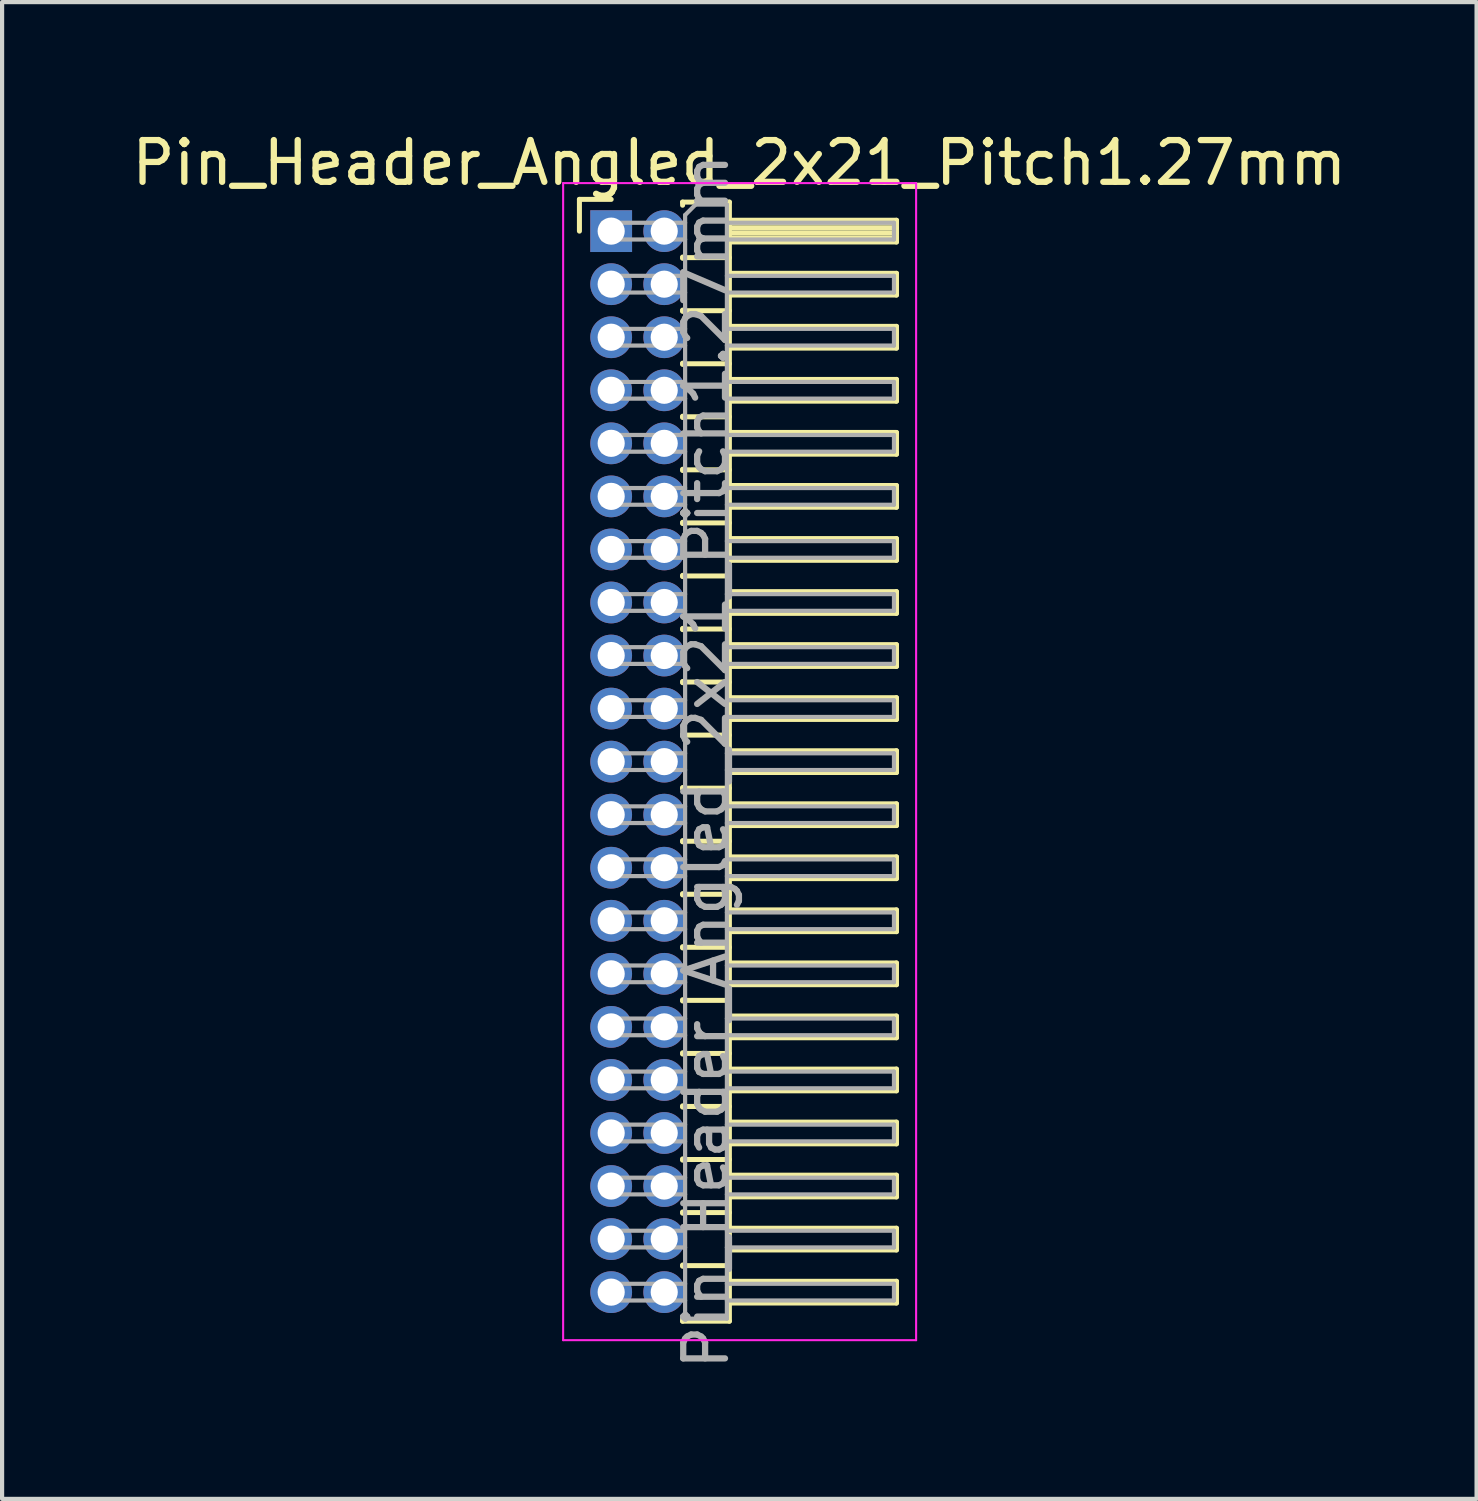
<source format=kicad_pcb>
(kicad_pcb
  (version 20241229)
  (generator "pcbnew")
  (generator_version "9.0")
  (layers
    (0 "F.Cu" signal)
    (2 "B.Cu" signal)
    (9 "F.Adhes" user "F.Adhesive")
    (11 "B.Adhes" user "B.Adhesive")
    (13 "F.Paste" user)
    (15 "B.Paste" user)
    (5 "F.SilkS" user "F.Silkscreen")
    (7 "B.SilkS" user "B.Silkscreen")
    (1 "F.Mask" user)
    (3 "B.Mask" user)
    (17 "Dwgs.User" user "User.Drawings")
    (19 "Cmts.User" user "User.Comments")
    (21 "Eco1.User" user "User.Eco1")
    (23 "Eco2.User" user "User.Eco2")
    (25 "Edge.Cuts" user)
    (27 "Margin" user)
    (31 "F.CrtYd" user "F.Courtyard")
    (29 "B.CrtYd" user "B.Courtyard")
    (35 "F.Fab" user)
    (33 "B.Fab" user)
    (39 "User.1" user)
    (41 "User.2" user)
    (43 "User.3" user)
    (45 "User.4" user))
  (footprint "Pin_Header_Angled_2x21_Pitch1.27mm"
    (layer "F.Cu")
    (at 11.581 2.483)
    (property "Reference" "Pin_Header_Angled_2x21_Pitch1.27mm" (at 3.067 -1.635 0) (layer "F.SilkS") (effects (font (size 1 1) (thickness 0.15))))
    (attr through_hole)
    (fp_line (start -0.76 -0.76) (end 0 -0.76) (stroke (width 0.12) (type solid)) (layer "F.SilkS"))
    (fp_line (start -0.76 0) (end -0.76 -0.76) (stroke (width 0.12) (type solid)) (layer "F.SilkS"))
    (fp_line (start 1.71 -0.695) (end 2.83 -0.695) (stroke (width 0.12) (type solid)) (layer "F.SilkS"))
    (fp_line (start 1.71 -0.62) (end 1.71 -0.695) (stroke (width 0.12) (type solid)) (layer "F.SilkS"))
    (fp_line (start 1.71 0.62) (end 1.71 0.65) (stroke (width 0.12) (type solid)) (layer "F.SilkS"))
    (fp_line (start 1.71 0.635) (end 2.83 0.635) (stroke (width 0.12) (type solid)) (layer "F.SilkS"))
    (fp_line (start 1.71 1.89) (end 1.71 1.92) (stroke (width 0.12) (type solid)) (layer "F.SilkS"))
    (fp_line (start 1.71 1.905) (end 2.83 1.905) (stroke (width 0.12) (type solid)) (layer "F.SilkS"))
    (fp_line (start 1.71 3.16) (end 1.71 3.19) (stroke (width 0.12) (type solid)) (layer "F.SilkS"))
    (fp_line (start 1.71 3.175) (end 2.83 3.175) (stroke (width 0.12) (type solid)) (layer "F.SilkS"))
    (fp_line (start 1.71 4.43) (end 1.71 4.46) (stroke (width 0.12) (type solid)) (layer "F.SilkS"))
    (fp_line (start 1.71 4.445) (end 2.83 4.445) (stroke (width 0.12) (type solid)) (layer "F.SilkS"))
    (fp_line (start 1.71 5.7) (end 1.71 5.73) (stroke (width 0.12) (type solid)) (layer "F.SilkS"))
    (fp_line (start 1.71 5.715) (end 2.83 5.715) (stroke (width 0.12) (type solid)) (layer "F.SilkS"))
    (fp_line (start 1.71 6.97) (end 1.71 7) (stroke (width 0.12) (type solid)) (layer "F.SilkS"))
    (fp_line (start 1.71 6.985) (end 2.83 6.985) (stroke (width 0.12) (type solid)) (layer "F.SilkS"))
    (fp_line (start 1.71 8.24) (end 1.71 8.27) (stroke (width 0.12) (type solid)) (layer "F.SilkS"))
    (fp_line (start 1.71 8.255) (end 2.83 8.255) (stroke (width 0.12) (type solid)) (layer "F.SilkS"))
    (fp_line (start 1.71 9.51) (end 1.71 9.54) (stroke (width 0.12) (type solid)) (layer "F.SilkS"))
    (fp_line (start 1.71 9.525) (end 2.83 9.525) (stroke (width 0.12) (type solid)) (layer "F.SilkS"))
    (fp_line (start 1.71 10.78) (end 1.71 10.81) (stroke (width 0.12) (type solid)) (layer "F.SilkS"))
    (fp_line (start 1.71 10.795) (end 2.83 10.795) (stroke (width 0.12) (type solid)) (layer "F.SilkS"))
    (fp_line (start 1.71 12.05) (end 1.71 12.08) (stroke (width 0.12) (type solid)) (layer "F.SilkS"))
    (fp_line (start 1.71 12.065) (end 2.83 12.065) (stroke (width 0.12) (type solid)) (layer "F.SilkS"))
    (fp_line (start 1.71 13.32) (end 1.71 13.35) (stroke (width 0.12) (type solid)) (layer "F.SilkS"))
    (fp_line (start 1.71 13.335) (end 2.83 13.335) (stroke (width 0.12) (type solid)) (layer "F.SilkS"))
    (fp_line (start 1.71 14.59) (end 1.71 14.62) (stroke (width 0.12) (type solid)) (layer "F.SilkS"))
    (fp_line (start 1.71 14.605) (end 2.83 14.605) (stroke (width 0.12) (type solid)) (layer "F.SilkS"))
    (fp_line (start 1.71 15.86) (end 1.71 15.89) (stroke (width 0.12) (type solid)) (layer "F.SilkS"))
    (fp_line (start 1.71 15.875) (end 2.83 15.875) (stroke (width 0.12) (type solid)) (layer "F.SilkS"))
    (fp_line (start 1.71 17.13) (end 1.71 17.16) (stroke (width 0.12) (type solid)) (layer "F.SilkS"))
    (fp_line (start 1.71 17.145) (end 2.83 17.145) (stroke (width 0.12) (type solid)) (layer "F.SilkS"))
    (fp_line (start 1.71 18.4) (end 1.71 18.43) (stroke (width 0.12) (type solid)) (layer "F.SilkS"))
    (fp_line (start 1.71 18.415) (end 2.83 18.415) (stroke (width 0.12) (type solid)) (layer "F.SilkS"))
    (fp_line (start 1.71 19.67) (end 1.71 19.7) (stroke (width 0.12) (type solid)) (layer "F.SilkS"))
    (fp_line (start 1.71 19.685) (end 2.83 19.685) (stroke (width 0.12) (type solid)) (layer "F.SilkS"))
    (fp_line (start 1.71 20.94) (end 1.71 20.97) (stroke (width 0.12) (type solid)) (layer "F.SilkS"))
    (fp_line (start 1.71 20.955) (end 2.83 20.955) (stroke (width 0.12) (type solid)) (layer "F.SilkS"))
    (fp_line (start 1.71 22.21) (end 1.71 22.24) (stroke (width 0.12) (type solid)) (layer "F.SilkS"))
    (fp_line (start 1.71 22.225) (end 2.83 22.225) (stroke (width 0.12) (type solid)) (layer "F.SilkS"))
    (fp_line (start 1.71 23.48) (end 1.71 23.51) (stroke (width 0.12) (type solid)) (layer "F.SilkS"))
    (fp_line (start 1.71 23.495) (end 2.83 23.495) (stroke (width 0.12) (type solid)) (layer "F.SilkS"))
    (fp_line (start 1.71 24.75) (end 1.71 24.78) (stroke (width 0.12) (type solid)) (layer "F.SilkS"))
    (fp_line (start 1.71 24.765) (end 2.83 24.765) (stroke (width 0.12) (type solid)) (layer "F.SilkS"))
    (fp_line (start 1.71 26.095) (end 1.71 26.02) (stroke (width 0.12) (type solid)) (layer "F.SilkS"))
    (fp_line (start 2.83 -0.695) (end 2.83 26.095) (stroke (width 0.12) (type solid)) (layer "F.SilkS"))
    (fp_line (start 2.83 -0.26) (end 6.83 -0.26) (stroke (width 0.12) (type solid)) (layer "F.SilkS"))
    (fp_line (start 2.83 -0.2) (end 6.83 -0.2) (stroke (width 0.12) (type solid)) (layer "F.SilkS"))
    (fp_line (start 2.83 -0.08) (end 6.83 -0.08) (stroke (width 0.12) (type solid)) (layer "F.SilkS"))
    (fp_line (start 2.83 0.04) (end 6.83 0.04) (stroke (width 0.12) (type solid)) (layer "F.SilkS"))
    (fp_line (start 2.83 0.16) (end 6.83 0.16) (stroke (width 0.12) (type solid)) (layer "F.SilkS"))
    (fp_line (start 2.83 1.01) (end 6.83 1.01) (stroke (width 0.12) (type solid)) (layer "F.SilkS"))
    (fp_line (start 2.83 2.28) (end 6.83 2.28) (stroke (width 0.12) (type solid)) (layer "F.SilkS"))
    (fp_line (start 2.83 3.55) (end 6.83 3.55) (stroke (width 0.12) (type solid)) (layer "F.SilkS"))
    (fp_line (start 2.83 4.82) (end 6.83 4.82) (stroke (width 0.12) (type solid)) (layer "F.SilkS"))
    (fp_line (start 2.83 6.09) (end 6.83 6.09) (stroke (width 0.12) (type solid)) (layer "F.SilkS"))
    (fp_line (start 2.83 7.36) (end 6.83 7.36) (stroke (width 0.12) (type solid)) (layer "F.SilkS"))
    (fp_line (start 2.83 8.63) (end 6.83 8.63) (stroke (width 0.12) (type solid)) (layer "F.SilkS"))
    (fp_line (start 2.83 9.9) (end 6.83 9.9) (stroke (width 0.12) (type solid)) (layer "F.SilkS"))
    (fp_line (start 2.83 11.17) (end 6.83 11.17) (stroke (width 0.12) (type solid)) (layer "F.SilkS"))
    (fp_line (start 2.83 12.44) (end 6.83 12.44) (stroke (width 0.12) (type solid)) (layer "F.SilkS"))
    (fp_line (start 2.83 13.71) (end 6.83 13.71) (stroke (width 0.12) (type solid)) (layer "F.SilkS"))
    (fp_line (start 2.83 14.98) (end 6.83 14.98) (stroke (width 0.12) (type solid)) (layer "F.SilkS"))
    (fp_line (start 2.83 16.25) (end 6.83 16.25) (stroke (width 0.12) (type solid)) (layer "F.SilkS"))
    (fp_line (start 2.83 17.52) (end 6.83 17.52) (stroke (width 0.12) (type solid)) (layer "F.SilkS"))
    (fp_line (start 2.83 18.79) (end 6.83 18.79) (stroke (width 0.12) (type solid)) (layer "F.SilkS"))
    (fp_line (start 2.83 20.06) (end 6.83 20.06) (stroke (width 0.12) (type solid)) (layer "F.SilkS"))
    (fp_line (start 2.83 21.33) (end 6.83 21.33) (stroke (width 0.12) (type solid)) (layer "F.SilkS"))
    (fp_line (start 2.83 22.6) (end 6.83 22.6) (stroke (width 0.12) (type solid)) (layer "F.SilkS"))
    (fp_line (start 2.83 23.87) (end 6.83 23.87) (stroke (width 0.12) (type solid)) (layer "F.SilkS"))
    (fp_line (start 2.83 25.14) (end 6.83 25.14) (stroke (width 0.12) (type solid)) (layer "F.SilkS"))
    (fp_line (start 2.83 26.095) (end 1.71 26.095) (stroke (width 0.12) (type solid)) (layer "F.SilkS"))
    (fp_line (start 6.83 -0.26) (end 6.83 0.26) (stroke (width 0.12) (type solid)) (layer "F.SilkS"))
    (fp_line (start 6.83 0.26) (end 2.83 0.26) (stroke (width 0.12) (type solid)) (layer "F.SilkS"))
    (fp_line (start 6.83 1.01) (end 6.83 1.53) (stroke (width 0.12) (type solid)) (layer "F.SilkS"))
    (fp_line (start 6.83 1.53) (end 2.83 1.53) (stroke (width 0.12) (type solid)) (layer "F.SilkS"))
    (fp_line (start 6.83 2.28) (end 6.83 2.8) (stroke (width 0.12) (type solid)) (layer "F.SilkS"))
    (fp_line (start 6.83 2.8) (end 2.83 2.8) (stroke (width 0.12) (type solid)) (layer "F.SilkS"))
    (fp_line (start 6.83 3.55) (end 6.83 4.07) (stroke (width 0.12) (type solid)) (layer "F.SilkS"))
    (fp_line (start 6.83 4.07) (end 2.83 4.07) (stroke (width 0.12) (type solid)) (layer "F.SilkS"))
    (fp_line (start 6.83 4.82) (end 6.83 5.34) (stroke (width 0.12) (type solid)) (layer "F.SilkS"))
    (fp_line (start 6.83 5.34) (end 2.83 5.34) (stroke (width 0.12) (type solid)) (layer "F.SilkS"))
    (fp_line (start 6.83 6.09) (end 6.83 6.61) (stroke (width 0.12) (type solid)) (layer "F.SilkS"))
    (fp_line (start 6.83 6.61) (end 2.83 6.61) (stroke (width 0.12) (type solid)) (layer "F.SilkS"))
    (fp_line (start 6.83 7.36) (end 6.83 7.88) (stroke (width 0.12) (type solid)) (layer "F.SilkS"))
    (fp_line (start 6.83 7.88) (end 2.83 7.88) (stroke (width 0.12) (type solid)) (layer "F.SilkS"))
    (fp_line (start 6.83 8.63) (end 6.83 9.15) (stroke (width 0.12) (type solid)) (layer "F.SilkS"))
    (fp_line (start 6.83 9.15) (end 2.83 9.15) (stroke (width 0.12) (type solid)) (layer "F.SilkS"))
    (fp_line (start 6.83 9.9) (end 6.83 10.42) (stroke (width 0.12) (type solid)) (layer "F.SilkS"))
    (fp_line (start 6.83 10.42) (end 2.83 10.42) (stroke (width 0.12) (type solid)) (layer "F.SilkS"))
    (fp_line (start 6.83 11.17) (end 6.83 11.69) (stroke (width 0.12) (type solid)) (layer "F.SilkS"))
    (fp_line (start 6.83 11.69) (end 2.83 11.69) (stroke (width 0.12) (type solid)) (layer "F.SilkS"))
    (fp_line (start 6.83 12.44) (end 6.83 12.96) (stroke (width 0.12) (type solid)) (layer "F.SilkS"))
    (fp_line (start 6.83 12.96) (end 2.83 12.96) (stroke (width 0.12) (type solid)) (layer "F.SilkS"))
    (fp_line (start 6.83 13.71) (end 6.83 14.23) (stroke (width 0.12) (type solid)) (layer "F.SilkS"))
    (fp_line (start 6.83 14.23) (end 2.83 14.23) (stroke (width 0.12) (type solid)) (layer "F.SilkS"))
    (fp_line (start 6.83 14.98) (end 6.83 15.5) (stroke (width 0.12) (type solid)) (layer "F.SilkS"))
    (fp_line (start 6.83 15.5) (end 2.83 15.5) (stroke (width 0.12) (type solid)) (layer "F.SilkS"))
    (fp_line (start 6.83 16.25) (end 6.83 16.77) (stroke (width 0.12) (type solid)) (layer "F.SilkS"))
    (fp_line (start 6.83 16.77) (end 2.83 16.77) (stroke (width 0.12) (type solid)) (layer "F.SilkS"))
    (fp_line (start 6.83 17.52) (end 6.83 18.04) (stroke (width 0.12) (type solid)) (layer "F.SilkS"))
    (fp_line (start 6.83 18.04) (end 2.83 18.04) (stroke (width 0.12) (type solid)) (layer "F.SilkS"))
    (fp_line (start 6.83 18.79) (end 6.83 19.31) (stroke (width 0.12) (type solid)) (layer "F.SilkS"))
    (fp_line (start 6.83 19.31) (end 2.83 19.31) (stroke (width 0.12) (type solid)) (layer "F.SilkS"))
    (fp_line (start 6.83 20.06) (end 6.83 20.58) (stroke (width 0.12) (type solid)) (layer "F.SilkS"))
    (fp_line (start 6.83 20.58) (end 2.83 20.58) (stroke (width 0.12) (type solid)) (layer "F.SilkS"))
    (fp_line (start 6.83 21.33) (end 6.83 21.85) (stroke (width 0.12) (type solid)) (layer "F.SilkS"))
    (fp_line (start 6.83 21.85) (end 2.83 21.85) (stroke (width 0.12) (type solid)) (layer "F.SilkS"))
    (fp_line (start 6.83 22.6) (end 6.83 23.12) (stroke (width 0.12) (type solid)) (layer "F.SilkS"))
    (fp_line (start 6.83 23.12) (end 2.83 23.12) (stroke (width 0.12) (type solid)) (layer "F.SilkS"))
    (fp_line (start 6.83 23.87) (end 6.83 24.39) (stroke (width 0.12) (type solid)) (layer "F.SilkS"))
    (fp_line (start 6.83 24.39) (end 2.83 24.39) (stroke (width 0.12) (type solid)) (layer "F.SilkS"))
    (fp_line (start 6.83 25.14) (end 6.83 25.66) (stroke (width 0.12) (type solid)) (layer "F.SilkS"))
    (fp_line (start 6.83 25.66) (end 2.83 25.66) (stroke (width 0.12) (type solid)) (layer "F.SilkS"))
    (fp_line (start -1.15 -1.15) (end -1.15 26.55) (stroke (width 0.05) (type solid)) (layer "F.CrtYd"))
    (fp_line (start -1.15 26.55) (end 7.3 26.55) (stroke (width 0.05) (type solid)) (layer "F.CrtYd"))
    (fp_line (start 7.3 -1.15) (end -1.15 -1.15) (stroke (width 0.05) (type solid)) (layer "F.CrtYd"))
    (fp_line (start 7.3 26.55) (end 7.3 -1.15) (stroke (width 0.05) (type solid)) (layer "F.CrtYd"))
    (fp_line (start -0.2 -0.2) (end -0.2 0.2) (stroke (width 0.1) (type solid)) (layer "F.Fab"))
    (fp_line (start -0.2 -0.2) (end 1.77 -0.2) (stroke (width 0.1) (type solid)) (layer "F.Fab"))
    (fp_line (start -0.2 0.2) (end 1.77 0.2) (stroke (width 0.1) (type solid)) (layer "F.Fab"))
    (fp_line (start -0.2 1.07) (end -0.2 1.47) (stroke (width 0.1) (type solid)) (layer "F.Fab"))
    (fp_line (start -0.2 1.07) (end 1.77 1.07) (stroke (width 0.1) (type solid)) (layer "F.Fab"))
    (fp_line (start -0.2 1.47) (end 1.77 1.47) (stroke (width 0.1) (type solid)) (layer "F.Fab"))
    (fp_line (start -0.2 2.34) (end -0.2 2.74) (stroke (width 0.1) (type solid)) (layer "F.Fab"))
    (fp_line (start -0.2 2.34) (end 1.77 2.34) (stroke (width 0.1) (type solid)) (layer "F.Fab"))
    (fp_line (start -0.2 2.74) (end 1.77 2.74) (stroke (width 0.1) (type solid)) (layer "F.Fab"))
    (fp_line (start -0.2 3.61) (end -0.2 4.01) (stroke (width 0.1) (type solid)) (layer "F.Fab"))
    (fp_line (start -0.2 3.61) (end 1.77 3.61) (stroke (width 0.1) (type solid)) (layer "F.Fab"))
    (fp_line (start -0.2 4.01) (end 1.77 4.01) (stroke (width 0.1) (type solid)) (layer "F.Fab"))
    (fp_line (start -0.2 4.88) (end -0.2 5.28) (stroke (width 0.1) (type solid)) (layer "F.Fab"))
    (fp_line (start -0.2 4.88) (end 1.77 4.88) (stroke (width 0.1) (type solid)) (layer "F.Fab"))
    (fp_line (start -0.2 5.28) (end 1.77 5.28) (stroke (width 0.1) (type solid)) (layer "F.Fab"))
    (fp_line (start -0.2 6.15) (end -0.2 6.55) (stroke (width 0.1) (type solid)) (layer "F.Fab"))
    (fp_line (start -0.2 6.15) (end 1.77 6.15) (stroke (width 0.1) (type solid)) (layer "F.Fab"))
    (fp_line (start -0.2 6.55) (end 1.77 6.55) (stroke (width 0.1) (type solid)) (layer "F.Fab"))
    (fp_line (start -0.2 7.42) (end -0.2 7.82) (stroke (width 0.1) (type solid)) (layer "F.Fab"))
    (fp_line (start -0.2 7.42) (end 1.77 7.42) (stroke (width 0.1) (type solid)) (layer "F.Fab"))
    (fp_line (start -0.2 7.82) (end 1.77 7.82) (stroke (width 0.1) (type solid)) (layer "F.Fab"))
    (fp_line (start -0.2 8.69) (end -0.2 9.09) (stroke (width 0.1) (type solid)) (layer "F.Fab"))
    (fp_line (start -0.2 8.69) (end 1.77 8.69) (stroke (width 0.1) (type solid)) (layer "F.Fab"))
    (fp_line (start -0.2 9.09) (end 1.77 9.09) (stroke (width 0.1) (type solid)) (layer "F.Fab"))
    (fp_line (start -0.2 9.96) (end -0.2 10.36) (stroke (width 0.1) (type solid)) (layer "F.Fab"))
    (fp_line (start -0.2 9.96) (end 1.77 9.96) (stroke (width 0.1) (type solid)) (layer "F.Fab"))
    (fp_line (start -0.2 10.36) (end 1.77 10.36) (stroke (width 0.1) (type solid)) (layer "F.Fab"))
    (fp_line (start -0.2 11.23) (end -0.2 11.63) (stroke (width 0.1) (type solid)) (layer "F.Fab"))
    (fp_line (start -0.2 11.23) (end 1.77 11.23) (stroke (width 0.1) (type solid)) (layer "F.Fab"))
    (fp_line (start -0.2 11.63) (end 1.77 11.63) (stroke (width 0.1) (type solid)) (layer "F.Fab"))
    (fp_line (start -0.2 12.5) (end -0.2 12.9) (stroke (width 0.1) (type solid)) (layer "F.Fab"))
    (fp_line (start -0.2 12.5) (end 1.77 12.5) (stroke (width 0.1) (type solid)) (layer "F.Fab"))
    (fp_line (start -0.2 12.9) (end 1.77 12.9) (stroke (width 0.1) (type solid)) (layer "F.Fab"))
    (fp_line (start -0.2 13.77) (end -0.2 14.17) (stroke (width 0.1) (type solid)) (layer "F.Fab"))
    (fp_line (start -0.2 13.77) (end 1.77 13.77) (stroke (width 0.1) (type solid)) (layer "F.Fab"))
    (fp_line (start -0.2 14.17) (end 1.77 14.17) (stroke (width 0.1) (type solid)) (layer "F.Fab"))
    (fp_line (start -0.2 15.04) (end -0.2 15.44) (stroke (width 0.1) (type solid)) (layer "F.Fab"))
    (fp_line (start -0.2 15.04) (end 1.77 15.04) (stroke (width 0.1) (type solid)) (layer "F.Fab"))
    (fp_line (start -0.2 15.44) (end 1.77 15.44) (stroke (width 0.1) (type solid)) (layer "F.Fab"))
    (fp_line (start -0.2 16.31) (end -0.2 16.71) (stroke (width 0.1) (type solid)) (layer "F.Fab"))
    (fp_line (start -0.2 16.31) (end 1.77 16.31) (stroke (width 0.1) (type solid)) (layer "F.Fab"))
    (fp_line (start -0.2 16.71) (end 1.77 16.71) (stroke (width 0.1) (type solid)) (layer "F.Fab"))
    (fp_line (start -0.2 17.58) (end -0.2 17.98) (stroke (width 0.1) (type solid)) (layer "F.Fab"))
    (fp_line (start -0.2 17.58) (end 1.77 17.58) (stroke (width 0.1) (type solid)) (layer "F.Fab"))
    (fp_line (start -0.2 17.98) (end 1.77 17.98) (stroke (width 0.1) (type solid)) (layer "F.Fab"))
    (fp_line (start -0.2 18.85) (end -0.2 19.25) (stroke (width 0.1) (type solid)) (layer "F.Fab"))
    (fp_line (start -0.2 18.85) (end 1.77 18.85) (stroke (width 0.1) (type solid)) (layer "F.Fab"))
    (fp_line (start -0.2 19.25) (end 1.77 19.25) (stroke (width 0.1) (type solid)) (layer "F.Fab"))
    (fp_line (start -0.2 20.12) (end -0.2 20.52) (stroke (width 0.1) (type solid)) (layer "F.Fab"))
    (fp_line (start -0.2 20.12) (end 1.77 20.12) (stroke (width 0.1) (type solid)) (layer "F.Fab"))
    (fp_line (start -0.2 20.52) (end 1.77 20.52) (stroke (width 0.1) (type solid)) (layer "F.Fab"))
    (fp_line (start -0.2 21.39) (end -0.2 21.79) (stroke (width 0.1) (type solid)) (layer "F.Fab"))
    (fp_line (start -0.2 21.39) (end 1.77 21.39) (stroke (width 0.1) (type solid)) (layer "F.Fab"))
    (fp_line (start -0.2 21.79) (end 1.77 21.79) (stroke (width 0.1) (type solid)) (layer "F.Fab"))
    (fp_line (start -0.2 22.66) (end -0.2 23.06) (stroke (width 0.1) (type solid)) (layer "F.Fab"))
    (fp_line (start -0.2 22.66) (end 1.77 22.66) (stroke (width 0.1) (type solid)) (layer "F.Fab"))
    (fp_line (start -0.2 23.06) (end 1.77 23.06) (stroke (width 0.1) (type solid)) (layer "F.Fab"))
    (fp_line (start -0.2 23.93) (end -0.2 24.33) (stroke (width 0.1) (type solid)) (layer "F.Fab"))
    (fp_line (start -0.2 23.93) (end 1.77 23.93) (stroke (width 0.1) (type solid)) (layer "F.Fab"))
    (fp_line (start -0.2 24.33) (end 1.77 24.33) (stroke (width 0.1) (type solid)) (layer "F.Fab"))
    (fp_line (start -0.2 25.2) (end -0.2 25.6) (stroke (width 0.1) (type solid)) (layer "F.Fab"))
    (fp_line (start -0.2 25.2) (end 1.77 25.2) (stroke (width 0.1) (type solid)) (layer "F.Fab"))
    (fp_line (start -0.2 25.6) (end 1.77 25.6) (stroke (width 0.1) (type solid)) (layer "F.Fab"))
    (fp_line (start 1.77 -0.385) (end 2.02 -0.635) (stroke (width 0.1) (type solid)) (layer "F.Fab"))
    (fp_line (start 1.77 26.035) (end 1.77 -0.385) (stroke (width 0.1) (type solid)) (layer "F.Fab"))
    (fp_line (start 2.02 -0.635) (end 2.77 -0.635) (stroke (width 0.1) (type solid)) (layer "F.Fab"))
    (fp_line (start 2.77 -0.635) (end 2.77 26.035) (stroke (width 0.1) (type solid)) (layer "F.Fab"))
    (fp_line (start 2.77 -0.2) (end 6.77 -0.2) (stroke (width 0.1) (type solid)) (layer "F.Fab"))
    (fp_line (start 2.77 0.2) (end 6.77 0.2) (stroke (width 0.1) (type solid)) (layer "F.Fab"))
    (fp_line (start 2.77 1.07) (end 6.77 1.07) (stroke (width 0.1) (type solid)) (layer "F.Fab"))
    (fp_line (start 2.77 1.47) (end 6.77 1.47) (stroke (width 0.1) (type solid)) (layer "F.Fab"))
    (fp_line (start 2.77 2.34) (end 6.77 2.34) (stroke (width 0.1) (type solid)) (layer "F.Fab"))
    (fp_line (start 2.77 2.74) (end 6.77 2.74) (stroke (width 0.1) (type solid)) (layer "F.Fab"))
    (fp_line (start 2.77 3.61) (end 6.77 3.61) (stroke (width 0.1) (type solid)) (layer "F.Fab"))
    (fp_line (start 2.77 4.01) (end 6.77 4.01) (stroke (width 0.1) (type solid)) (layer "F.Fab"))
    (fp_line (start 2.77 4.88) (end 6.77 4.88) (stroke (width 0.1) (type solid)) (layer "F.Fab"))
    (fp_line (start 2.77 5.28) (end 6.77 5.28) (stroke (width 0.1) (type solid)) (layer "F.Fab"))
    (fp_line (start 2.77 6.15) (end 6.77 6.15) (stroke (width 0.1) (type solid)) (layer "F.Fab"))
    (fp_line (start 2.77 6.55) (end 6.77 6.55) (stroke (width 0.1) (type solid)) (layer "F.Fab"))
    (fp_line (start 2.77 7.42) (end 6.77 7.42) (stroke (width 0.1) (type solid)) (layer "F.Fab"))
    (fp_line (start 2.77 7.82) (end 6.77 7.82) (stroke (width 0.1) (type solid)) (layer "F.Fab"))
    (fp_line (start 2.77 8.69) (end 6.77 8.69) (stroke (width 0.1) (type solid)) (layer "F.Fab"))
    (fp_line (start 2.77 9.09) (end 6.77 9.09) (stroke (width 0.1) (type solid)) (layer "F.Fab"))
    (fp_line (start 2.77 9.96) (end 6.77 9.96) (stroke (width 0.1) (type solid)) (layer "F.Fab"))
    (fp_line (start 2.77 10.36) (end 6.77 10.36) (stroke (width 0.1) (type solid)) (layer "F.Fab"))
    (fp_line (start 2.77 11.23) (end 6.77 11.23) (stroke (width 0.1) (type solid)) (layer "F.Fab"))
    (fp_line (start 2.77 11.63) (end 6.77 11.63) (stroke (width 0.1) (type solid)) (layer "F.Fab"))
    (fp_line (start 2.77 12.5) (end 6.77 12.5) (stroke (width 0.1) (type solid)) (layer "F.Fab"))
    (fp_line (start 2.77 12.9) (end 6.77 12.9) (stroke (width 0.1) (type solid)) (layer "F.Fab"))
    (fp_line (start 2.77 13.77) (end 6.77 13.77) (stroke (width 0.1) (type solid)) (layer "F.Fab"))
    (fp_line (start 2.77 14.17) (end 6.77 14.17) (stroke (width 0.1) (type solid)) (layer "F.Fab"))
    (fp_line (start 2.77 15.04) (end 6.77 15.04) (stroke (width 0.1) (type solid)) (layer "F.Fab"))
    (fp_line (start 2.77 15.44) (end 6.77 15.44) (stroke (width 0.1) (type solid)) (layer "F.Fab"))
    (fp_line (start 2.77 16.31) (end 6.77 16.31) (stroke (width 0.1) (type solid)) (layer "F.Fab"))
    (fp_line (start 2.77 16.71) (end 6.77 16.71) (stroke (width 0.1) (type solid)) (layer "F.Fab"))
    (fp_line (start 2.77 17.58) (end 6.77 17.58) (stroke (width 0.1) (type solid)) (layer "F.Fab"))
    (fp_line (start 2.77 17.98) (end 6.77 17.98) (stroke (width 0.1) (type solid)) (layer "F.Fab"))
    (fp_line (start 2.77 18.85) (end 6.77 18.85) (stroke (width 0.1) (type solid)) (layer "F.Fab"))
    (fp_line (start 2.77 19.25) (end 6.77 19.25) (stroke (width 0.1) (type solid)) (layer "F.Fab"))
    (fp_line (start 2.77 20.12) (end 6.77 20.12) (stroke (width 0.1) (type solid)) (layer "F.Fab"))
    (fp_line (start 2.77 20.52) (end 6.77 20.52) (stroke (width 0.1) (type solid)) (layer "F.Fab"))
    (fp_line (start 2.77 21.39) (end 6.77 21.39) (stroke (width 0.1) (type solid)) (layer "F.Fab"))
    (fp_line (start 2.77 21.79) (end 6.77 21.79) (stroke (width 0.1) (type solid)) (layer "F.Fab"))
    (fp_line (start 2.77 22.66) (end 6.77 22.66) (stroke (width 0.1) (type solid)) (layer "F.Fab"))
    (fp_line (start 2.77 23.06) (end 6.77 23.06) (stroke (width 0.1) (type solid)) (layer "F.Fab"))
    (fp_line (start 2.77 23.93) (end 6.77 23.93) (stroke (width 0.1) (type solid)) (layer "F.Fab"))
    (fp_line (start 2.77 24.33) (end 6.77 24.33) (stroke (width 0.1) (type solid)) (layer "F.Fab"))
    (fp_line (start 2.77 25.2) (end 6.77 25.2) (stroke (width 0.1) (type solid)) (layer "F.Fab"))
    (fp_line (start 2.77 25.6) (end 6.77 25.6) (stroke (width 0.1) (type solid)) (layer "F.Fab"))
    (fp_line (start 2.77 26.035) (end 1.77 26.035) (stroke (width 0.1) (type solid)) (layer "F.Fab"))
    (fp_line (start 6.77 -0.2) (end 6.77 0.2) (stroke (width 0.1) (type solid)) (layer "F.Fab"))
    (fp_line (start 6.77 1.07) (end 6.77 1.47) (stroke (width 0.1) (type solid)) (layer "F.Fab"))
    (fp_line (start 6.77 2.34) (end 6.77 2.74) (stroke (width 0.1) (type solid)) (layer "F.Fab"))
    (fp_line (start 6.77 3.61) (end 6.77 4.01) (stroke (width 0.1) (type solid)) (layer "F.Fab"))
    (fp_line (start 6.77 4.88) (end 6.77 5.28) (stroke (width 0.1) (type solid)) (layer "F.Fab"))
    (fp_line (start 6.77 6.15) (end 6.77 6.55) (stroke (width 0.1) (type solid)) (layer "F.Fab"))
    (fp_line (start 6.77 7.42) (end 6.77 7.82) (stroke (width 0.1) (type solid)) (layer "F.Fab"))
    (fp_line (start 6.77 8.69) (end 6.77 9.09) (stroke (width 0.1) (type solid)) (layer "F.Fab"))
    (fp_line (start 6.77 9.96) (end 6.77 10.36) (stroke (width 0.1) (type solid)) (layer "F.Fab"))
    (fp_line (start 6.77 11.23) (end 6.77 11.63) (stroke (width 0.1) (type solid)) (layer "F.Fab"))
    (fp_line (start 6.77 12.5) (end 6.77 12.9) (stroke (width 0.1) (type solid)) (layer "F.Fab"))
    (fp_line (start 6.77 13.77) (end 6.77 14.17) (stroke (width 0.1) (type solid)) (layer "F.Fab"))
    (fp_line (start 6.77 15.04) (end 6.77 15.44) (stroke (width 0.1) (type solid)) (layer "F.Fab"))
    (fp_line (start 6.77 16.31) (end 6.77 16.71) (stroke (width 0.1) (type solid)) (layer "F.Fab"))
    (fp_line (start 6.77 17.58) (end 6.77 17.98) (stroke (width 0.1) (type solid)) (layer "F.Fab"))
    (fp_line (start 6.77 18.85) (end 6.77 19.25) (stroke (width 0.1) (type solid)) (layer "F.Fab"))
    (fp_line (start 6.77 20.12) (end 6.77 20.52) (stroke (width 0.1) (type solid)) (layer "F.Fab"))
    (fp_line (start 6.77 21.39) (end 6.77 21.79) (stroke (width 0.1) (type solid)) (layer "F.Fab"))
    (fp_line (start 6.77 22.66) (end 6.77 23.06) (stroke (width 0.1) (type solid)) (layer "F.Fab"))
    (fp_line (start 6.77 23.93) (end 6.77 24.33) (stroke (width 0.1) (type solid)) (layer "F.Fab"))
    (fp_line (start 6.77 25.2) (end 6.77 25.6) (stroke (width 0.1) (type solid)) (layer "F.Fab"))
    (fp_text user "${REFERENCE}" (at 2.27 12.7 90) (layer "F.Fab") (effects (font (size 1 1) (thickness 0.15))))
    (pad "1" thru_hole rect (at 0 0) (size 1 1) (drill 0.65) (layers "*.Cu" "*.Mask"))
    (pad "2" thru_hole oval (at 1.27 0) (size 1 1) (drill 0.65) (layers "*.Cu" "*.Mask"))
    (pad "3" thru_hole oval (at 0 1.27) (size 1 1) (drill 0.65) (layers "*.Cu" "*.Mask"))
    (pad "4" thru_hole oval (at 1.27 1.27) (size 1 1) (drill 0.65) (layers "*.Cu" "*.Mask"))
    (pad "5" thru_hole oval (at 0 2.54) (size 1 1) (drill 0.65) (layers "*.Cu" "*.Mask"))
    (pad "6" thru_hole oval (at 1.27 2.54) (size 1 1) (drill 0.65) (layers "*.Cu" "*.Mask"))
    (pad "7" thru_hole oval (at 0 3.81) (size 1 1) (drill 0.65) (layers "*.Cu" "*.Mask"))
    (pad "8" thru_hole oval (at 1.27 3.81) (size 1 1) (drill 0.65) (layers "*.Cu" "*.Mask"))
    (pad "9" thru_hole oval (at 0 5.08) (size 1 1) (drill 0.65) (layers "*.Cu" "*.Mask"))
    (pad "10" thru_hole oval (at 1.27 5.08) (size 1 1) (drill 0.65) (layers "*.Cu" "*.Mask"))
    (pad "11" thru_hole oval (at 0 6.35) (size 1 1) (drill 0.65) (layers "*.Cu" "*.Mask"))
    (pad "12" thru_hole oval (at 1.27 6.35) (size 1 1) (drill 0.65) (layers "*.Cu" "*.Mask"))
    (pad "13" thru_hole oval (at 0 7.62) (size 1 1) (drill 0.65) (layers "*.Cu" "*.Mask"))
    (pad "14" thru_hole oval (at 1.27 7.62) (size 1 1) (drill 0.65) (layers "*.Cu" "*.Mask"))
    (pad "15" thru_hole oval (at 0 8.89) (size 1 1) (drill 0.65) (layers "*.Cu" "*.Mask"))
    (pad "16" thru_hole oval (at 1.27 8.89) (size 1 1) (drill 0.65) (layers "*.Cu" "*.Mask"))
    (pad "17" thru_hole oval (at 0 10.16) (size 1 1) (drill 0.65) (layers "*.Cu" "*.Mask"))
    (pad "18" thru_hole oval (at 1.27 10.16) (size 1 1) (drill 0.65) (layers "*.Cu" "*.Mask"))
    (pad "19" thru_hole oval (at 0 11.43) (size 1 1) (drill 0.65) (layers "*.Cu" "*.Mask"))
    (pad "20" thru_hole oval (at 1.27 11.43) (size 1 1) (drill 0.65) (layers "*.Cu" "*.Mask"))
    (pad "21" thru_hole oval (at 0 12.7) (size 1 1) (drill 0.65) (layers "*.Cu" "*.Mask"))
    (pad "22" thru_hole oval (at 1.27 12.7) (size 1 1) (drill 0.65) (layers "*.Cu" "*.Mask"))
    (pad "23" thru_hole oval (at 0 13.97) (size 1 1) (drill 0.65) (layers "*.Cu" "*.Mask"))
    (pad "24" thru_hole oval (at 1.27 13.97) (size 1 1) (drill 0.65) (layers "*.Cu" "*.Mask"))
    (pad "25" thru_hole oval (at 0 15.24) (size 1 1) (drill 0.65) (layers "*.Cu" "*.Mask"))
    (pad "26" thru_hole oval (at 1.27 15.24) (size 1 1) (drill 0.65) (layers "*.Cu" "*.Mask"))
    (pad "27" thru_hole oval (at 0 16.51) (size 1 1) (drill 0.65) (layers "*.Cu" "*.Mask"))
    (pad "28" thru_hole oval (at 1.27 16.51) (size 1 1) (drill 0.65) (layers "*.Cu" "*.Mask"))
    (pad "29" thru_hole oval (at 0 17.78) (size 1 1) (drill 0.65) (layers "*.Cu" "*.Mask"))
    (pad "30" thru_hole oval (at 1.27 17.78) (size 1 1) (drill 0.65) (layers "*.Cu" "*.Mask"))
    (pad "31" thru_hole oval (at 0 19.05) (size 1 1) (drill 0.65) (layers "*.Cu" "*.Mask"))
    (pad "32" thru_hole oval (at 1.27 19.05) (size 1 1) (drill 0.65) (layers "*.Cu" "*.Mask"))
    (pad "33" thru_hole oval (at 0 20.32) (size 1 1) (drill 0.65) (layers "*.Cu" "*.Mask"))
    (pad "34" thru_hole oval (at 1.27 20.32) (size 1 1) (drill 0.65) (layers "*.Cu" "*.Mask"))
    (pad "35" thru_hole oval (at 0 21.59) (size 1 1) (drill 0.65) (layers "*.Cu" "*.Mask"))
    (pad "36" thru_hole oval (at 1.27 21.59) (size 1 1) (drill 0.65) (layers "*.Cu" "*.Mask"))
    (pad "37" thru_hole oval (at 0 22.86) (size 1 1) (drill 0.65) (layers "*.Cu" "*.Mask"))
    (pad "38" thru_hole oval (at 1.27 22.86) (size 1 1) (drill 0.65) (layers "*.Cu" "*.Mask"))
    (pad "39" thru_hole oval (at 0 24.13) (size 1 1) (drill 0.65) (layers "*.Cu" "*.Mask"))
    (pad "40" thru_hole oval (at 1.27 24.13) (size 1 1) (drill 0.65) (layers "*.Cu" "*.Mask"))
    (pad "41" thru_hole oval (at 0 25.4) (size 1 1) (drill 0.65) (layers "*.Cu" "*.Mask"))
    (pad "42" thru_hole oval (at 1.27 25.4) (size 1 1) (drill 0.65) (layers "*.Cu" "*.Mask")))
  (gr_rect
    (start -3 -3)
    (end 32.298 32.832)
    (stroke (width 0.1) (type default))
    (fill no)
    (layer "Edge.Cuts")))
</source>
